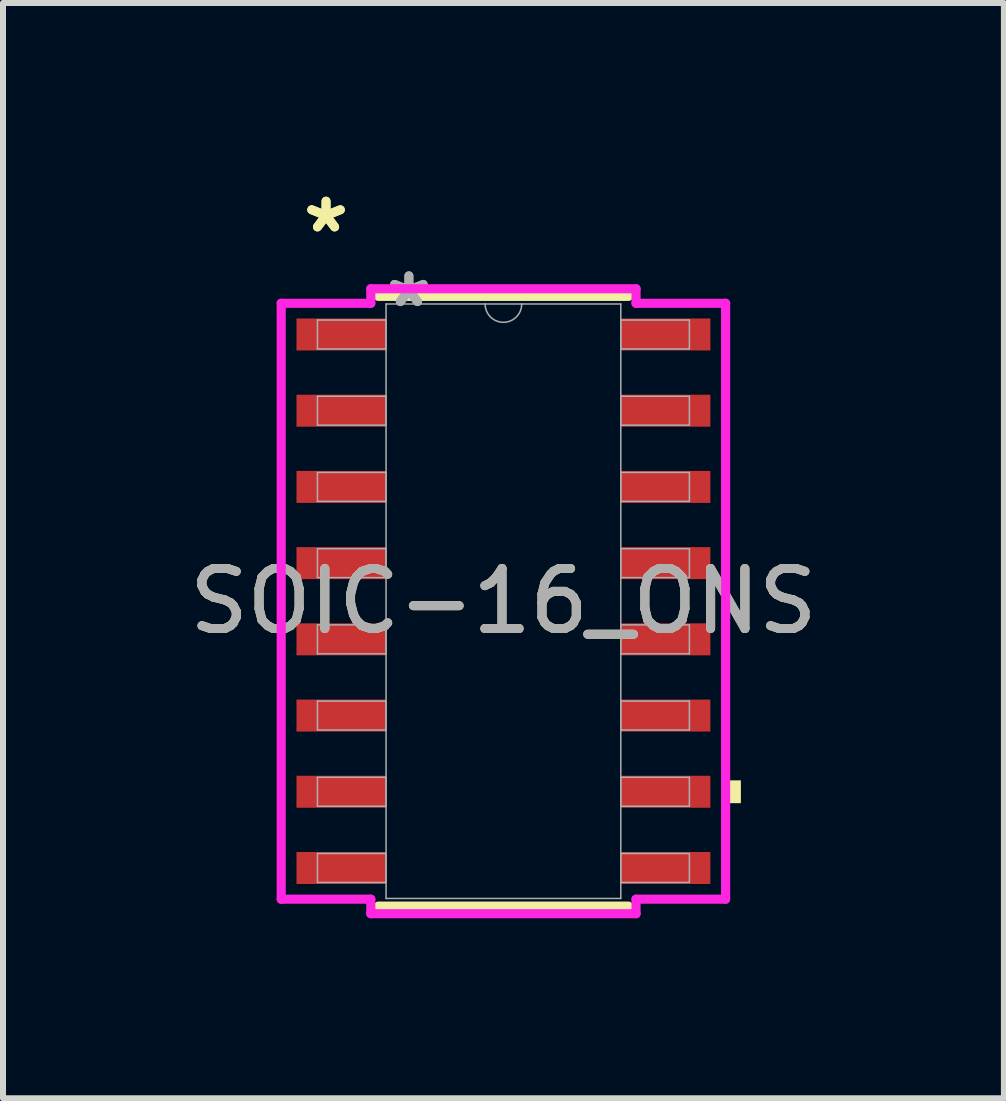
<source format=kicad_pcb>
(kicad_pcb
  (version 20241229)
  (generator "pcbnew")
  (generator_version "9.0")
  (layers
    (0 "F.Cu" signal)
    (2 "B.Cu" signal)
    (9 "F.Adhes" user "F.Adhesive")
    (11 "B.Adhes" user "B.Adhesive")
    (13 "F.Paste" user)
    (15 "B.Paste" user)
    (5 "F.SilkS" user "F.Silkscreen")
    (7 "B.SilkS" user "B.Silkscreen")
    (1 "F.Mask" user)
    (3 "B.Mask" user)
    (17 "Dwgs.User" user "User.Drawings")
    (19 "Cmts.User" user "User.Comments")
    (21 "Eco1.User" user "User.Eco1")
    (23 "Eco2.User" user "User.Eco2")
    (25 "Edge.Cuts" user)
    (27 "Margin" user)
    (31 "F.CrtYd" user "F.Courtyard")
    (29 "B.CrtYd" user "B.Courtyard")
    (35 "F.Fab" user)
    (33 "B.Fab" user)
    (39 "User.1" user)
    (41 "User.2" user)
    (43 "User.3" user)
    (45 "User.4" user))
  (footprint "SOIC-16_ONS"
    (layer "F.Cu")
    (at 5.339 6.969)
    (property "Reference" "SOIC-16_ONS" (at 0 0 0) (unlocked yes) (layer "F.SilkS") (effects (font (size 1 1) (thickness 0.15))))
    (attr smd)
    (fp_line (start -2.083 5.08) (end 2.083 5.08) (stroke (width 0.152) (type solid)) (layer "F.SilkS"))
    (fp_line (start 2.083 -5.08) (end -2.083 -5.08) (stroke (width 0.152) (type solid)) (layer "F.SilkS"))
    (fp_poly (pts (xy 3.957 2.985) (xy 3.957 3.365) (xy 3.703 3.365) (xy 3.703 2.985)) (stroke (width 0) (type solid)) (fill yes) (layer "F.SilkS"))
    (fp_line (start -3.703 -4.965) (end -2.21 -4.965) (stroke (width 0.152) (type solid)) (layer "F.CrtYd"))
    (fp_line (start -3.703 4.965) (end -3.703 -4.965) (stroke (width 0.152) (type solid)) (layer "F.CrtYd"))
    (fp_line (start -3.703 4.965) (end -2.21 4.965) (stroke (width 0.152) (type solid)) (layer "F.CrtYd"))
    (fp_line (start -2.21 -5.207) (end 2.21 -5.207) (stroke (width 0.152) (type solid)) (layer "F.CrtYd"))
    (fp_line (start -2.21 -4.965) (end -2.21 -5.207) (stroke (width 0.152) (type solid)) (layer "F.CrtYd"))
    (fp_line (start -2.21 5.207) (end -2.21 4.965) (stroke (width 0.152) (type solid)) (layer "F.CrtYd"))
    (fp_line (start 2.21 -5.207) (end 2.21 -4.965) (stroke (width 0.152) (type solid)) (layer "F.CrtYd"))
    (fp_line (start 2.21 4.965) (end 2.21 5.207) (stroke (width 0.152) (type solid)) (layer "F.CrtYd"))
    (fp_line (start 2.21 5.207) (end -2.21 5.207) (stroke (width 0.152) (type solid)) (layer "F.CrtYd"))
    (fp_line (start 3.703 -4.965) (end 2.21 -4.965) (stroke (width 0.152) (type solid)) (layer "F.CrtYd"))
    (fp_line (start 3.703 -4.965) (end 3.703 4.965) (stroke (width 0.152) (type solid)) (layer "F.CrtYd"))
    (fp_line (start 3.703 4.965) (end 2.21 4.965) (stroke (width 0.152) (type solid)) (layer "F.CrtYd"))
    (fp_line (start -3.099 -4.686) (end -3.099 -4.204) (stroke (width 0.025) (type solid)) (layer "F.Fab"))
    (fp_line (start -3.099 -4.204) (end -1.956 -4.204) (stroke (width 0.025) (type solid)) (layer "F.Fab"))
    (fp_line (start -3.099 -3.416) (end -3.099 -2.934) (stroke (width 0.025) (type solid)) (layer "F.Fab"))
    (fp_line (start -3.099 -2.934) (end -1.956 -2.934) (stroke (width 0.025) (type solid)) (layer "F.Fab"))
    (fp_line (start -3.099 -2.146) (end -3.099 -1.664) (stroke (width 0.025) (type solid)) (layer "F.Fab"))
    (fp_line (start -3.099 -1.664) (end -1.956 -1.664) (stroke (width 0.025) (type solid)) (layer "F.Fab"))
    (fp_line (start -3.099 -0.876) (end -3.099 -0.394) (stroke (width 0.025) (type solid)) (layer "F.Fab"))
    (fp_line (start -3.099 -0.394) (end -1.956 -0.394) (stroke (width 0.025) (type solid)) (layer "F.Fab"))
    (fp_line (start -3.099 0.394) (end -3.099 0.876) (stroke (width 0.025) (type solid)) (layer "F.Fab"))
    (fp_line (start -3.099 0.876) (end -1.956 0.876) (stroke (width 0.025) (type solid)) (layer "F.Fab"))
    (fp_line (start -3.099 1.664) (end -3.099 2.146) (stroke (width 0.025) (type solid)) (layer "F.Fab"))
    (fp_line (start -3.099 2.146) (end -1.956 2.146) (stroke (width 0.025) (type solid)) (layer "F.Fab"))
    (fp_line (start -3.099 2.934) (end -3.099 3.416) (stroke (width 0.025) (type solid)) (layer "F.Fab"))
    (fp_line (start -3.099 3.416) (end -1.956 3.416) (stroke (width 0.025) (type solid)) (layer "F.Fab"))
    (fp_line (start -3.099 4.204) (end -3.099 4.686) (stroke (width 0.025) (type solid)) (layer "F.Fab"))
    (fp_line (start -3.099 4.686) (end -1.956 4.686) (stroke (width 0.025) (type solid)) (layer "F.Fab"))
    (fp_line (start -1.956 -4.953) (end -1.956 4.953) (stroke (width 0.025) (type solid)) (layer "F.Fab"))
    (fp_line (start -1.956 -4.686) (end -3.099 -4.686) (stroke (width 0.025) (type solid)) (layer "F.Fab"))
    (fp_line (start -1.956 -4.204) (end -1.956 -4.686) (stroke (width 0.025) (type solid)) (layer "F.Fab"))
    (fp_line (start -1.956 -3.416) (end -3.099 -3.416) (stroke (width 0.025) (type solid)) (layer "F.Fab"))
    (fp_line (start -1.956 -2.934) (end -1.956 -3.416) (stroke (width 0.025) (type solid)) (layer "F.Fab"))
    (fp_line (start -1.956 -2.146) (end -3.099 -2.146) (stroke (width 0.025) (type solid)) (layer "F.Fab"))
    (fp_line (start -1.956 -1.664) (end -1.956 -2.146) (stroke (width 0.025) (type solid)) (layer "F.Fab"))
    (fp_line (start -1.956 -0.876) (end -3.099 -0.876) (stroke (width 0.025) (type solid)) (layer "F.Fab"))
    (fp_line (start -1.956 -0.394) (end -1.956 -0.876) (stroke (width 0.025) (type solid)) (layer "F.Fab"))
    (fp_line (start -1.956 0.394) (end -3.099 0.394) (stroke (width 0.025) (type solid)) (layer "F.Fab"))
    (fp_line (start -1.956 0.876) (end -1.956 0.394) (stroke (width 0.025) (type solid)) (layer "F.Fab"))
    (fp_line (start -1.956 1.664) (end -3.099 1.664) (stroke (width 0.025) (type solid)) (layer "F.Fab"))
    (fp_line (start -1.956 2.146) (end -1.956 1.664) (stroke (width 0.025) (type solid)) (layer "F.Fab"))
    (fp_line (start -1.956 2.934) (end -3.099 2.934) (stroke (width 0.025) (type solid)) (layer "F.Fab"))
    (fp_line (start -1.956 3.416) (end -1.956 2.934) (stroke (width 0.025) (type solid)) (layer "F.Fab"))
    (fp_line (start -1.956 4.204) (end -3.099 4.204) (stroke (width 0.025) (type solid)) (layer "F.Fab"))
    (fp_line (start -1.956 4.686) (end -1.956 4.204) (stroke (width 0.025) (type solid)) (layer "F.Fab"))
    (fp_line (start -1.956 4.953) (end 1.956 4.953) (stroke (width 0.025) (type solid)) (layer "F.Fab"))
    (fp_line (start 1.956 -4.953) (end -1.956 -4.953) (stroke (width 0.025) (type solid)) (layer "F.Fab"))
    (fp_line (start 1.956 -4.686) (end 1.956 -4.204) (stroke (width 0.025) (type solid)) (layer "F.Fab"))
    (fp_line (start 1.956 -4.204) (end 3.099 -4.204) (stroke (width 0.025) (type solid)) (layer "F.Fab"))
    (fp_line (start 1.956 -3.416) (end 1.956 -2.934) (stroke (width 0.025) (type solid)) (layer "F.Fab"))
    (fp_line (start 1.956 -2.934) (end 3.099 -2.934) (stroke (width 0.025) (type solid)) (layer "F.Fab"))
    (fp_line (start 1.956 -2.146) (end 1.956 -1.664) (stroke (width 0.025) (type solid)) (layer "F.Fab"))
    (fp_line (start 1.956 -1.664) (end 3.099 -1.664) (stroke (width 0.025) (type solid)) (layer "F.Fab"))
    (fp_line (start 1.956 -0.876) (end 1.956 -0.394) (stroke (width 0.025) (type solid)) (layer "F.Fab"))
    (fp_line (start 1.956 -0.394) (end 3.099 -0.394) (stroke (width 0.025) (type solid)) (layer "F.Fab"))
    (fp_line (start 1.956 0.394) (end 1.956 0.876) (stroke (width 0.025) (type solid)) (layer "F.Fab"))
    (fp_line (start 1.956 0.876) (end 3.099 0.876) (stroke (width 0.025) (type solid)) (layer "F.Fab"))
    (fp_line (start 1.956 1.664) (end 1.956 2.146) (stroke (width 0.025) (type solid)) (layer "F.Fab"))
    (fp_line (start 1.956 2.146) (end 3.099 2.146) (stroke (width 0.025) (type solid)) (layer "F.Fab"))
    (fp_line (start 1.956 2.934) (end 1.956 3.416) (stroke (width 0.025) (type solid)) (layer "F.Fab"))
    (fp_line (start 1.956 3.416) (end 3.099 3.416) (stroke (width 0.025) (type solid)) (layer "F.Fab"))
    (fp_line (start 1.956 4.204) (end 1.956 4.686) (stroke (width 0.025) (type solid)) (layer "F.Fab"))
    (fp_line (start 1.956 4.686) (end 3.099 4.686) (stroke (width 0.025) (type solid)) (layer "F.Fab"))
    (fp_line (start 1.956 4.953) (end 1.956 -4.953) (stroke (width 0.025) (type solid)) (layer "F.Fab"))
    (fp_line (start 3.099 -4.686) (end 1.956 -4.686) (stroke (width 0.025) (type solid)) (layer "F.Fab"))
    (fp_line (start 3.099 -4.204) (end 3.099 -4.686) (stroke (width 0.025) (type solid)) (layer "F.Fab"))
    (fp_line (start 3.099 -3.416) (end 1.956 -3.416) (stroke (width 0.025) (type solid)) (layer "F.Fab"))
    (fp_line (start 3.099 -2.934) (end 3.099 -3.416) (stroke (width 0.025) (type solid)) (layer "F.Fab"))
    (fp_line (start 3.099 -2.146) (end 1.956 -2.146) (stroke (width 0.025) (type solid)) (layer "F.Fab"))
    (fp_line (start 3.099 -1.664) (end 3.099 -2.146) (stroke (width 0.025) (type solid)) (layer "F.Fab"))
    (fp_line (start 3.099 -0.876) (end 1.956 -0.876) (stroke (width 0.025) (type solid)) (layer "F.Fab"))
    (fp_line (start 3.099 -0.394) (end 3.099 -0.876) (stroke (width 0.025) (type solid)) (layer "F.Fab"))
    (fp_line (start 3.099 0.394) (end 1.956 0.394) (stroke (width 0.025) (type solid)) (layer "F.Fab"))
    (fp_line (start 3.099 0.876) (end 3.099 0.394) (stroke (width 0.025) (type solid)) (layer "F.Fab"))
    (fp_line (start 3.099 1.664) (end 1.956 1.664) (stroke (width 0.025) (type solid)) (layer "F.Fab"))
    (fp_line (start 3.099 2.146) (end 3.099 1.664) (stroke (width 0.025) (type solid)) (layer "F.Fab"))
    (fp_line (start 3.099 2.934) (end 1.956 2.934) (stroke (width 0.025) (type solid)) (layer "F.Fab"))
    (fp_line (start 3.099 3.416) (end 3.099 2.934) (stroke (width 0.025) (type solid)) (layer "F.Fab"))
    (fp_line (start 3.099 4.204) (end 1.956 4.204) (stroke (width 0.025) (type solid)) (layer "F.Fab"))
    (fp_line (start 3.099 4.686) (end 3.099 4.204) (stroke (width 0.025) (type solid)) (layer "F.Fab"))
    (fp_arc (start 0.3048 -4.953) (mid 0 -4.6482) (end -0.3048 -4.953) (stroke (width 0.0254) (type solid)) (layer "F.Fab"))
    (fp_text user "*" (at -2.956 -6.121 0) (layer "F.SilkS") (effects (font (size 1 1) (thickness 0.15))))
    (fp_text user "*" (at -2.956 -6.121 0) (unlocked yes) (layer "F.SilkS") (effects (font (size 1 1) (thickness 0.15))))
    (fp_text user "${REFERENCE}" (at 0 0 0) (unlocked yes) (layer "F.Fab") (effects (font (size 1 1) (thickness 0.15))))
    (fp_text user "*" (at -1.575 -4.877 0) (layer "F.Fab") (effects (font (size 1 1) (thickness 0.15))))
    (fp_text user "*" (at -1.575 -4.877 0) (unlocked yes) (layer "F.Fab") (effects (font (size 1 1) (thickness 0.15))))
    (pad "1" smd rect (at -2.702 -4.445) (size 1.493 0.533) (layers "F.Cu" "F.Mask" "F.Paste"))
    (pad "2" smd rect (at -2.702 -3.175) (size 1.493 0.533) (layers "F.Cu" "F.Mask" "F.Paste"))
    (pad "3" smd rect (at -2.702 -1.905) (size 1.493 0.533) (layers "F.Cu" "F.Mask" "F.Paste"))
    (pad "4" smd rect (at -2.702 -0.635) (size 1.493 0.533) (layers "F.Cu" "F.Mask" "F.Paste"))
    (pad "5" smd rect (at -2.702 0.635) (size 1.493 0.533) (layers "F.Cu" "F.Mask" "F.Paste"))
    (pad "6" smd rect (at -2.702 1.905) (size 1.493 0.533) (layers "F.Cu" "F.Mask" "F.Paste"))
    (pad "7" smd rect (at -2.702 3.175) (size 1.493 0.533) (layers "F.Cu" "F.Mask" "F.Paste"))
    (pad "8" smd rect (at -2.702 4.445) (size 1.493 0.533) (layers "F.Cu" "F.Mask" "F.Paste"))
    (pad "9" smd rect (at 2.702 4.445) (size 1.493 0.533) (layers "F.Cu" "F.Mask" "F.Paste"))
    (pad "10" smd rect (at 2.702 3.175) (size 1.493 0.533) (layers "F.Cu" "F.Mask" "F.Paste"))
    (pad "11" smd rect (at 2.702 1.905) (size 1.493 0.533) (layers "F.Cu" "F.Mask" "F.Paste"))
    (pad "12" smd rect (at 2.702 0.635) (size 1.493 0.533) (layers "F.Cu" "F.Mask" "F.Paste"))
    (pad "13" smd rect (at 2.702 -0.635) (size 1.493 0.533) (layers "F.Cu" "F.Mask" "F.Paste"))
    (pad "14" smd rect (at 2.702 -1.905) (size 1.493 0.533) (layers "F.Cu" "F.Mask" "F.Paste"))
    (pad "15" smd rect (at 2.702 -3.175) (size 1.493 0.533) (layers "F.Cu" "F.Mask" "F.Paste"))
    (pad "16" smd rect (at 2.702 -4.445) (size 1.493 0.533) (layers "F.Cu" "F.Mask" "F.Paste")))
  (gr_rect
    (start -3 -3)
    (end 13.679 15.252)
    (stroke (width 0.1) (type default))
    (fill no)
    (layer "Edge.Cuts")))
</source>
